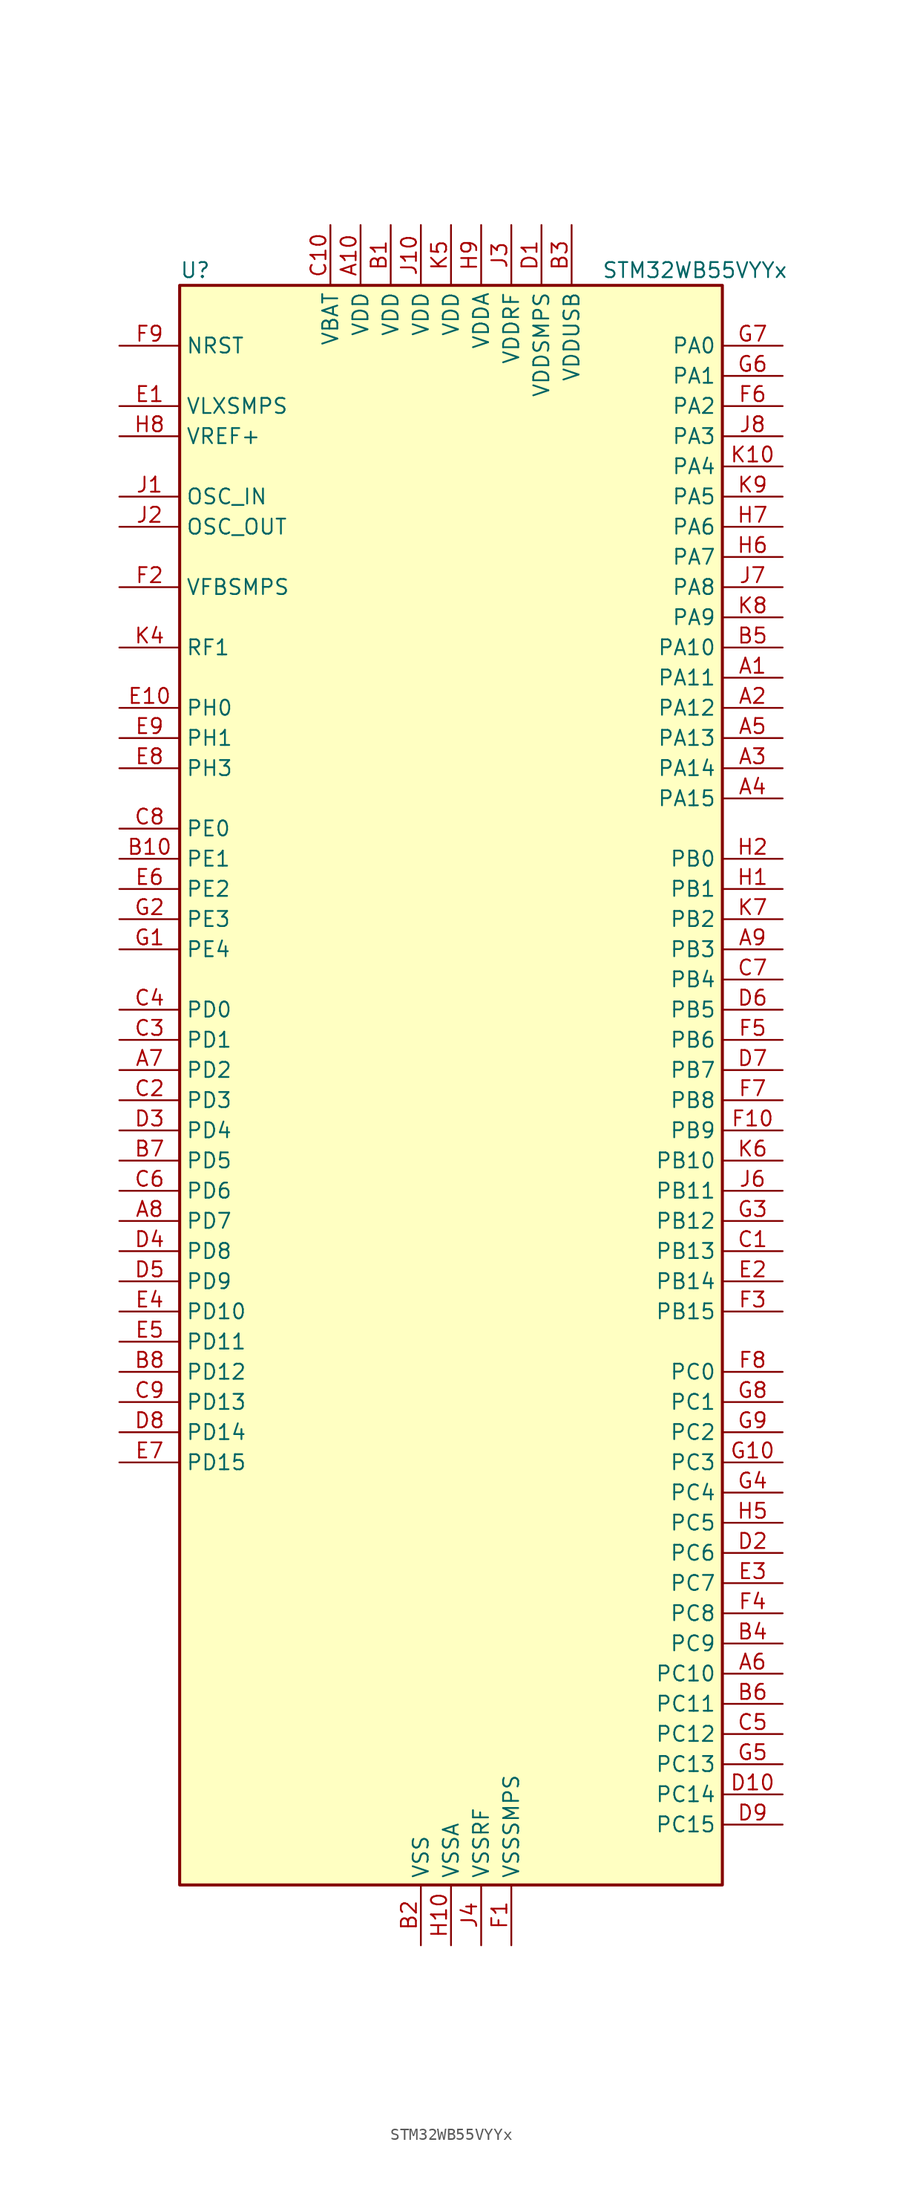
<source format=kicad_sym>
(kicad_symbol_lib
  (version 20231120)
  (generator "kicad-library-utils")
  (generator_version "8.0")
  (symbol "STM32WB55VYYx"
    (property "Reference" "U"
      (at -22.86 69.85 0)
      (effects (font (size 1.27 1.27)) (justify left)))
    (property "Value" "STM32WB55VYYx"
      (at 12.7 69.85 0)
      (effects (font (size 1.27 1.27)) (justify left)))
    (symbol "STM32WB55VYYx_0_1"
      (rectangle (start -22.86 -66.04) (end 22.86 68.58) (stroke (width 0.254) (type default)) (fill (type background))))
    (symbol "STM32WB55VYYx_1_1"
      (pin bidirectional line (at 27.94 35.56 180) (length 5.08) (name "PA11" (effects (font (size 1.27 1.27)))) (number "A1" (effects (font (size 1.27 1.27)))) (alternate "ADC1_EXTI11" bidirectional line) (alternate "SPI1_MISO" bidirectional line) (alternate "TIM1_BKIN2" bidirectional line) (alternate "TIM1_CH4" bidirectional line) (alternate "USART1_CTS" bidirectional line) (alternate "USART1_NSS" bidirectional line) (alternate "USB_DM" bidirectional line))
      (pin power_in line (at -7.62 73.66 270) (length 5.08) (name "VDD" (effects (font (size 1.27 1.27)))) (number "A10" (effects (font (size 1.27 1.27)))))
      (pin bidirectional line (at 27.94 33.02 180) (length 5.08) (name "PA12" (effects (font (size 1.27 1.27)))) (number "A2" (effects (font (size 1.27 1.27)))) (alternate "LPUART1_RX" bidirectional line) (alternate "SPI1_MOSI" bidirectional line) (alternate "TIM1_ETR" bidirectional line) (alternate "USART1_DE" bidirectional line) (alternate "USART1_RTS" bidirectional line) (alternate "USB_DP" bidirectional line))
      (pin bidirectional line (at 27.94 27.94 180) (length 5.08) (name "PA14" (effects (font (size 1.27 1.27)))) (number "A3" (effects (font (size 1.27 1.27)))) (alternate "I2C1_SMBA" bidirectional line) (alternate "LCD_SEG5" bidirectional line) (alternate "LPTIM1_OUT" bidirectional line) (alternate "SAI1_FS_B" bidirectional line) (alternate "SYS_JTCK-SWCLK" bidirectional line))
      (pin bidirectional line (at 27.94 25.4 180) (length 5.08) (name "PA15" (effects (font (size 1.27 1.27)))) (number "A4" (effects (font (size 1.27 1.27)))) (alternate "ADC1_EXTI15" bidirectional line) (alternate "LCD_SEG17" bidirectional line) (alternate "RCC_MCO" bidirectional line) (alternate "SPI1_NSS" bidirectional line) (alternate "SYS_JTDI" bidirectional line) (alternate "TIM2_CH1" bidirectional line) (alternate "TIM2_ETR" bidirectional line) (alternate "TSC_G3_IO1" bidirectional line))
      (pin bidirectional line (at 27.94 30.48 180) (length 5.08) (name "PA13" (effects (font (size 1.27 1.27)))) (number "A5" (effects (font (size 1.27 1.27)))) (alternate "IR_OUT" bidirectional line) (alternate "SAI1_SD_B" bidirectional line) (alternate "SYS_JTMS-SWDIO" bidirectional line) (alternate "USB_NOE" bidirectional line))
      (pin bidirectional line (at 27.94 -48.26 180) (length 5.08) (name "PC10" (effects (font (size 1.27 1.27)))) (number "A6" (effects (font (size 1.27 1.27)))) (alternate "LCD_COM4" bidirectional line) (alternate "LCD_SEG28" bidirectional line) (alternate "LCD_SEG40" bidirectional line) (alternate "SYS_TRACED1" bidirectional line) (alternate "TSC_G3_IO2" bidirectional line))
      (pin bidirectional line (at -27.94 2.54 0) (length 5.08) (name "PD2" (effects (font (size 1.27 1.27)))) (number "A7" (effects (font (size 1.27 1.27)))) (alternate "LCD_COM7" bidirectional line) (alternate "LCD_SEG31" bidirectional line) (alternate "LCD_SEG43" bidirectional line) (alternate "SYS_TRACED2" bidirectional line) (alternate "TSC_SYNC" bidirectional line))
      (pin bidirectional line (at -27.94 -10.16 0) (length 5.08) (name "PD7" (effects (font (size 1.27 1.27)))) (number "A8" (effects (font (size 1.27 1.27)))) (alternate "LCD_SEG39" bidirectional line) (alternate "QUADSPI_BK1_IO3" bidirectional line) (alternate "TSC_G5_IO4" bidirectional line))
      (pin bidirectional line (at 27.94 12.7 180) (length 5.08) (name "PB3" (effects (font (size 1.27 1.27)))) (number "A9" (effects (font (size 1.27 1.27)))) (alternate "COMP2_INM" bidirectional line) (alternate "LCD_SEG7" bidirectional line) (alternate "SAI1_SCK_B" bidirectional line) (alternate "SPI1_SCK" bidirectional line) (alternate "SYS_JTDO-SWO" bidirectional line) (alternate "TIM2_CH2" bidirectional line) (alternate "USART1_DE" bidirectional line) (alternate "USART1_RTS" bidirectional line))
      (pin power_in line (at -5.08 73.66 270) (length 5.08) (name "VDD" (effects (font (size 1.27 1.27)))) (number "B1" (effects (font (size 1.27 1.27)))))
      (pin bidirectional line (at -27.94 20.32 0) (length 5.08) (name "PE1" (effects (font (size 1.27 1.27)))) (number "B10" (effects (font (size 1.27 1.27)))) (alternate "LCD_SEG37" bidirectional line) (alternate "TIM17_CH1" bidirectional line) (alternate "TSC_G7_IO2" bidirectional line))
      (pin power_in line (at -2.54 -71.12 90) (length 5.08) (name "VSS" (effects (font (size 1.27 1.27)))) (number "B2" (effects (font (size 1.27 1.27)))))
      (pin power_in line (at 10.16 73.66 270) (length 5.08) (name "VDDUSB" (effects (font (size 1.27 1.27)))) (number "B3" (effects (font (size 1.27 1.27)))))
      (pin bidirectional line (at 27.94 -45.72 180) (length 5.08) (name "PC9" (effects (font (size 1.27 1.27)))) (number "B4" (effects (font (size 1.27 1.27)))) (alternate "LCD_SEG27" bidirectional line) (alternate "SAI1_SCK_B" bidirectional line) (alternate "TIM1_BKIN" bidirectional line) (alternate "TSC_G4_IO4" bidirectional line) (alternate "USB_NOE" bidirectional line))
      (pin bidirectional line (at 27.94 38.1 180) (length 5.08) (name "PA10" (effects (font (size 1.27 1.27)))) (number "B5" (effects (font (size 1.27 1.27)))) (alternate "CRS_SYNC" bidirectional line) (alternate "I2C1_SDA" bidirectional line) (alternate "LCD_COM2" bidirectional line) (alternate "SAI1_D1" bidirectional line) (alternate "SAI1_SD_A" bidirectional line) (alternate "TIM17_BKIN" bidirectional line) (alternate "TIM1_CH3" bidirectional line) (alternate "USART1_RX" bidirectional line))
      (pin bidirectional line (at 27.94 -50.8 180) (length 5.08) (name "PC11" (effects (font (size 1.27 1.27)))) (number "B6" (effects (font (size 1.27 1.27)))) (alternate "ADC1_EXTI11" bidirectional line) (alternate "LCD_COM5" bidirectional line) (alternate "LCD_SEG29" bidirectional line) (alternate "LCD_SEG41" bidirectional line) (alternate "TSC_G3_IO3" bidirectional line))
      (pin bidirectional line (at -27.94 -5.08 0) (length 5.08) (name "PD5" (effects (font (size 1.27 1.27)))) (number "B7" (effects (font (size 1.27 1.27)))) (alternate "QUADSPI_BK1_IO1" bidirectional line) (alternate "SAI1_MCLK_B" bidirectional line) (alternate "TSC_G5_IO2" bidirectional line))
      (pin bidirectional line (at -27.94 -22.86 0) (length 5.08) (name "PD12" (effects (font (size 1.27 1.27)))) (number "B8" (effects (font (size 1.27 1.27)))) (alternate "LCD_SEG32" bidirectional line) (alternate "LPTIM2_IN1" bidirectional line) (alternate "TSC_G6_IO3" bidirectional line))
      (pin passive line (at -2.54 -71.12 90) (length 5.08) hide (name "VSS" (effects (font (size 1.27 1.27)))) (number "B9" (effects (font (size 1.27 1.27)))))
      (pin bidirectional line (at 27.94 -12.7 180) (length 5.08) (name "PB13" (effects (font (size 1.27 1.27)))) (number "C1" (effects (font (size 1.27 1.27)))) (alternate "I2C3_SCL" bidirectional line) (alternate "LCD_SEG13" bidirectional line) (alternate "LPUART1_CTS" bidirectional line) (alternate "SAI1_SCK_A" bidirectional line) (alternate "SPI2_SCK" bidirectional line) (alternate "TIM1_CH1N" bidirectional line) (alternate "TSC_G1_IO2" bidirectional line))
      (pin power_in line (at -10.16 73.66 270) (length 5.08) (name "VBAT" (effects (font (size 1.27 1.27)))) (number "C10" (effects (font (size 1.27 1.27)))))
      (pin bidirectional line (at -27.94 0 0) (length 5.08) (name "PD3" (effects (font (size 1.27 1.27)))) (number "C2" (effects (font (size 1.27 1.27)))) (alternate "QUADSPI_BK1_NCS" bidirectional line) (alternate "SPI2_MISO" bidirectional line) (alternate "SPI2_SCK" bidirectional line))
      (pin bidirectional line (at -27.94 5.08 0) (length 5.08) (name "PD1" (effects (font (size 1.27 1.27)))) (number "C3" (effects (font (size 1.27 1.27)))) (alternate "SPI2_SCK" bidirectional line))
      (pin bidirectional line (at -27.94 7.62 0) (length 5.08) (name "PD0" (effects (font (size 1.27 1.27)))) (number "C4" (effects (font (size 1.27 1.27)))) (alternate "SPI2_NSS" bidirectional line))
      (pin bidirectional line (at 27.94 -53.34 180) (length 5.08) (name "PC12" (effects (font (size 1.27 1.27)))) (number "C5" (effects (font (size 1.27 1.27)))) (alternate "LCD_COM6" bidirectional line) (alternate "LCD_SEG30" bidirectional line) (alternate "LCD_SEG42" bidirectional line) (alternate "RCC_LSCO" bidirectional line) (alternate "RTC_TAMP3" bidirectional line) (alternate "SYS_TRACED3" bidirectional line) (alternate "SYS_WKUP3" bidirectional line) (alternate "TSC_G3_IO4" bidirectional line))
      (pin bidirectional line (at -27.94 -7.62 0) (length 5.08) (name "PD6" (effects (font (size 1.27 1.27)))) (number "C6" (effects (font (size 1.27 1.27)))) (alternate "QUADSPI_BK1_IO2" bidirectional line) (alternate "SAI1_D1" bidirectional line) (alternate "SAI1_SD_A" bidirectional line) (alternate "TSC_G5_IO3" bidirectional line))
      (pin bidirectional line (at 27.94 10.16 180) (length 5.08) (name "PB4" (effects (font (size 1.27 1.27)))) (number "C7" (effects (font (size 1.27 1.27)))) (alternate "COMP2_INP" bidirectional line) (alternate "I2C3_SDA" bidirectional line) (alternate "LCD_SEG8" bidirectional line) (alternate "SAI1_MCLK_B" bidirectional line) (alternate "SPI1_MISO" bidirectional line) (alternate "SYS_JTRST" bidirectional line) (alternate "TIM17_BKIN" bidirectional line) (alternate "TSC_G2_IO1" bidirectional line) (alternate "USART1_CTS" bidirectional line) (alternate "USART1_NSS" bidirectional line))
      (pin bidirectional line (at -27.94 22.86 0) (length 5.08) (name "PE0" (effects (font (size 1.27 1.27)))) (number "C8" (effects (font (size 1.27 1.27)))) (alternate "LCD_SEG36" bidirectional line) (alternate "TIM16_CH1" bidirectional line) (alternate "TIM1_ETR" bidirectional line) (alternate "TSC_G7_IO3" bidirectional line))
      (pin bidirectional line (at -27.94 -25.4 0) (length 5.08) (name "PD13" (effects (font (size 1.27 1.27)))) (number "C9" (effects (font (size 1.27 1.27)))) (alternate "LCD_SEG33" bidirectional line) (alternate "LPTIM2_OUT" bidirectional line) (alternate "TSC_G6_IO4" bidirectional line))
      (pin power_in line (at 7.62 73.66 270) (length 5.08) (name "VDDSMPS" (effects (font (size 1.27 1.27)))) (number "D1" (effects (font (size 1.27 1.27)))))
      (pin bidirectional line (at 27.94 -58.42 180) (length 5.08) (name "PC14" (effects (font (size 1.27 1.27)))) (number "D10" (effects (font (size 1.27 1.27)))) (alternate "RCC_OSC32_IN" bidirectional line))
      (pin bidirectional line (at 27.94 -38.1 180) (length 5.08) (name "PC6" (effects (font (size 1.27 1.27)))) (number "D2" (effects (font (size 1.27 1.27)))) (alternate "LCD_SEG24" bidirectional line) (alternate "TSC_G4_IO1" bidirectional line))
      (pin bidirectional line (at -27.94 -2.54 0) (length 5.08) (name "PD4" (effects (font (size 1.27 1.27)))) (number "D3" (effects (font (size 1.27 1.27)))) (alternate "QUADSPI_BK1_IO0" bidirectional line) (alternate "SPI2_MOSI" bidirectional line) (alternate "TSC_G5_IO1" bidirectional line))
      (pin bidirectional line (at -27.94 -12.7 0) (length 5.08) (name "PD8" (effects (font (size 1.27 1.27)))) (number "D4" (effects (font (size 1.27 1.27)))) (alternate "LCD_SEG28" bidirectional line) (alternate "TIM1_BKIN2" bidirectional line))
      (pin bidirectional line (at -27.94 -15.24 0) (length 5.08) (name "PD9" (effects (font (size 1.27 1.27)))) (number "D5" (effects (font (size 1.27 1.27)))) (alternate "LCD_SEG29" bidirectional line) (alternate "SYS_TRACED0" bidirectional line))
      (pin bidirectional line (at 27.94 7.62 180) (length 5.08) (name "PB5" (effects (font (size 1.27 1.27)))) (number "D6" (effects (font (size 1.27 1.27)))) (alternate "COMP2_OUT" bidirectional line) (alternate "I2C1_SMBA" bidirectional line) (alternate "LCD_SEG9" bidirectional line) (alternate "LPTIM1_IN1" bidirectional line) (alternate "LPUART1_TX" bidirectional line) (alternate "SAI1_SD_B" bidirectional line) (alternate "SPI1_MOSI" bidirectional line) (alternate "TIM16_BKIN" bidirectional line) (alternate "TSC_G2_IO2" bidirectional line) (alternate "USART1_CK" bidirectional line))
      (pin bidirectional line (at 27.94 2.54 180) (length 5.08) (name "PB7" (effects (font (size 1.27 1.27)))) (number "D7" (effects (font (size 1.27 1.27)))) (alternate "COMP2_INM" bidirectional line) (alternate "I2C1_SDA" bidirectional line) (alternate "LCD_SEG21" bidirectional line) (alternate "LPTIM1_IN2" bidirectional line) (alternate "SYS_PVD_IN" bidirectional line) (alternate "TIM17_CH1N" bidirectional line) (alternate "TIM1_BKIN" bidirectional line) (alternate "TSC_G2_IO4" bidirectional line) (alternate "USART1_RX" bidirectional line))
      (pin bidirectional line (at -27.94 -27.94 0) (length 5.08) (name "PD14" (effects (font (size 1.27 1.27)))) (number "D8" (effects (font (size 1.27 1.27)))) (alternate "LCD_SEG34" bidirectional line) (alternate "TIM1_CH1" bidirectional line))
      (pin bidirectional line (at 27.94 -60.96 180) (length 5.08) (name "PC15" (effects (font (size 1.27 1.27)))) (number "D9" (effects (font (size 1.27 1.27)))) (alternate "ADC1_EXTI15" bidirectional line) (alternate "RCC_OSC32_OUT" bidirectional line))
      (pin power_in line (at -27.94 58.42 0) (length 5.08) (name "VLXSMPS" (effects (font (size 1.27 1.27)))) (number "E1" (effects (font (size 1.27 1.27)))))
      (pin bidirectional line (at -27.94 33.02 0) (length 5.08) (name "PH0" (effects (font (size 1.27 1.27)))) (number "E10" (effects (font (size 1.27 1.27)))))
      (pin bidirectional line (at 27.94 -15.24 180) (length 5.08) (name "PB14" (effects (font (size 1.27 1.27)))) (number "E2" (effects (font (size 1.27 1.27)))) (alternate "I2C3_SDA" bidirectional line) (alternate "LCD_SEG14" bidirectional line) (alternate "SAI1_MCLK_A" bidirectional line) (alternate "SPI2_MISO" bidirectional line) (alternate "TIM1_CH2N" bidirectional line) (alternate "TSC_G1_IO3" bidirectional line))
      (pin bidirectional line (at 27.94 -40.64 180) (length 5.08) (name "PC7" (effects (font (size 1.27 1.27)))) (number "E3" (effects (font (size 1.27 1.27)))) (alternate "LCD_SEG25" bidirectional line) (alternate "TSC_G4_IO2" bidirectional line))
      (pin bidirectional line (at -27.94 -17.78 0) (length 5.08) (name "PD10" (effects (font (size 1.27 1.27)))) (number "E4" (effects (font (size 1.27 1.27)))) (alternate "LCD_SEG30" bidirectional line) (alternate "SYS_TRIG_INOUT" bidirectional line) (alternate "TSC_G6_IO1" bidirectional line))
      (pin bidirectional line (at -27.94 -20.32 0) (length 5.08) (name "PD11" (effects (font (size 1.27 1.27)))) (number "E5" (effects (font (size 1.27 1.27)))) (alternate "ADC1_EXTI11" bidirectional line) (alternate "LCD_SEG31" bidirectional line) (alternate "LPTIM2_ETR" bidirectional line) (alternate "TSC_G6_IO2" bidirectional line))
      (pin bidirectional line (at -27.94 17.78 0) (length 5.08) (name "PE2" (effects (font (size 1.27 1.27)))) (number "E6" (effects (font (size 1.27 1.27)))) (alternate "LCD_SEG38" bidirectional line) (alternate "SAI1_CK1" bidirectional line) (alternate "SAI1_MCLK_A" bidirectional line) (alternate "SYS_TRACECLK" bidirectional line) (alternate "TSC_G7_IO1" bidirectional line))
      (pin bidirectional line (at -27.94 -30.48 0) (length 5.08) (name "PD15" (effects (font (size 1.27 1.27)))) (number "E7" (effects (font (size 1.27 1.27)))) (alternate "ADC1_EXTI15" bidirectional line) (alternate "LCD_SEG35" bidirectional line) (alternate "TIM1_CH2" bidirectional line))
      (pin bidirectional line (at -27.94 27.94 0) (length 5.08) (name "PH3" (effects (font (size 1.27 1.27)))) (number "E8" (effects (font (size 1.27 1.27)))) (alternate "RCC_LSCO" bidirectional line))
      (pin bidirectional line (at -27.94 30.48 0) (length 5.08) (name "PH1" (effects (font (size 1.27 1.27)))) (number "E9" (effects (font (size 1.27 1.27)))))
      (pin power_in line (at 5.08 -71.12 90) (length 5.08) (name "VSSSMPS" (effects (font (size 1.27 1.27)))) (number "F1" (effects (font (size 1.27 1.27)))))
      (pin bidirectional line (at 27.94 -2.54 180) (length 5.08) (name "PB9" (effects (font (size 1.27 1.27)))) (number "F10" (effects (font (size 1.27 1.27)))) (alternate "I2C1_SDA" bidirectional line) (alternate "IR_OUT" bidirectional line) (alternate "LCD_COM3" bidirectional line) (alternate "QUADSPI_BK1_IO0" bidirectional line) (alternate "SAI1_D2" bidirectional line) (alternate "SAI1_FS_A" bidirectional line) (alternate "SPI2_NSS" bidirectional line) (alternate "TIM17_CH1" bidirectional line) (alternate "TIM1_CH3N" bidirectional line) (alternate "TSC_G7_IO4" bidirectional line))
      (pin input line (at -27.94 43.18 0) (length 5.08) (name "VFBSMPS" (effects (font (size 1.27 1.27)))) (number "F2" (effects (font (size 1.27 1.27)))))
      (pin bidirectional line (at 27.94 -17.78 180) (length 5.08) (name "PB15" (effects (font (size 1.27 1.27)))) (number "F3" (effects (font (size 1.27 1.27)))) (alternate "ADC1_EXTI15" bidirectional line) (alternate "LCD_SEG15" bidirectional line) (alternate "RTC_REFIN" bidirectional line) (alternate "SAI1_SD_A" bidirectional line) (alternate "SPI2_MOSI" bidirectional line) (alternate "TIM1_CH3N" bidirectional line) (alternate "TSC_G1_IO4" bidirectional line))
      (pin bidirectional line (at 27.94 -43.18 180) (length 5.08) (name "PC8" (effects (font (size 1.27 1.27)))) (number "F4" (effects (font (size 1.27 1.27)))) (alternate "LCD_SEG26" bidirectional line) (alternate "TSC_G4_IO3" bidirectional line))
      (pin bidirectional line (at 27.94 5.08 180) (length 5.08) (name "PB6" (effects (font (size 1.27 1.27)))) (number "F5" (effects (font (size 1.27 1.27)))) (alternate "COMP2_INP" bidirectional line) (alternate "I2C1_SCL" bidirectional line) (alternate "LCD_SEG6" bidirectional line) (alternate "LPTIM1_ETR" bidirectional line) (alternate "RCC_MCO" bidirectional line) (alternate "SAI1_FS_B" bidirectional line) (alternate "TIM16_CH1N" bidirectional line) (alternate "TSC_G2_IO3" bidirectional line) (alternate "USART1_TX" bidirectional line))
      (pin bidirectional line (at 27.94 58.42 180) (length 5.08) (name "PA2" (effects (font (size 1.27 1.27)))) (number "F6" (effects (font (size 1.27 1.27)))) (alternate "ADC1_IN7" bidirectional line) (alternate "COMP2_INM" bidirectional line) (alternate "COMP2_OUT" bidirectional line) (alternate "LCD_SEG1" bidirectional line) (alternate "LPUART1_TX" bidirectional line) (alternate "QUADSPI_BK1_NCS" bidirectional line) (alternate "RCC_LSCO" bidirectional line) (alternate "SYS_WKUP4" bidirectional line) (alternate "TIM2_CH3" bidirectional line))
      (pin bidirectional line (at 27.94 0 180) (length 5.08) (name "PB8" (effects (font (size 1.27 1.27)))) (number "F7" (effects (font (size 1.27 1.27)))) (alternate "I2C1_SCL" bidirectional line) (alternate "LCD_SEG16" bidirectional line) (alternate "QUADSPI_BK1_IO1" bidirectional line) (alternate "SAI1_CK1" bidirectional line) (alternate "SAI1_MCLK_A" bidirectional line) (alternate "TIM16_CH1" bidirectional line) (alternate "TIM1_CH2N" bidirectional line))
      (pin bidirectional line (at 27.94 -22.86 180) (length 5.08) (name "PC0" (effects (font (size 1.27 1.27)))) (number "F8" (effects (font (size 1.27 1.27)))) (alternate "ADC1_IN1" bidirectional line) (alternate "I2C3_SCL" bidirectional line) (alternate "LCD_SEG18" bidirectional line) (alternate "LPTIM1_IN1" bidirectional line) (alternate "LPTIM2_IN1" bidirectional line) (alternate "LPUART1_RX" bidirectional line))
      (pin input line (at -27.94 63.5 0) (length 5.08) (name "NRST" (effects (font (size 1.27 1.27)))) (number "F9" (effects (font (size 1.27 1.27)))))
      (pin bidirectional line (at -27.94 12.7 0) (length 5.08) (name "PE4" (effects (font (size 1.27 1.27)))) (number "G1" (effects (font (size 1.27 1.27)))))
      (pin bidirectional line (at 27.94 -30.48 180) (length 5.08) (name "PC3" (effects (font (size 1.27 1.27)))) (number "G10" (effects (font (size 1.27 1.27)))) (alternate "ADC1_IN4" bidirectional line) (alternate "LCD_VLCD" bidirectional line) (alternate "LPTIM1_ETR" bidirectional line) (alternate "LPTIM2_ETR" bidirectional line) (alternate "SAI1_D1" bidirectional line) (alternate "SAI1_SD_A" bidirectional line) (alternate "SPI2_MOSI" bidirectional line))
      (pin bidirectional line (at -27.94 15.24 0) (length 5.08) (name "PE3" (effects (font (size 1.27 1.27)))) (number "G2" (effects (font (size 1.27 1.27)))))
      (pin bidirectional line (at 27.94 -10.16 180) (length 5.08) (name "PB12" (effects (font (size 1.27 1.27)))) (number "G3" (effects (font (size 1.27 1.27)))) (alternate "I2C3_SMBA" bidirectional line) (alternate "LCD_SEG12" bidirectional line) (alternate "LPUART1_DE" bidirectional line) (alternate "LPUART1_RTS" bidirectional line) (alternate "SAI1_FS_A" bidirectional line) (alternate "SPI2_NSS" bidirectional line) (alternate "TIM1_BKIN" bidirectional line) (alternate "TSC_G1_IO1" bidirectional line))
      (pin bidirectional line (at 27.94 -33.02 180) (length 5.08) (name "PC4" (effects (font (size 1.27 1.27)))) (number "G4" (effects (font (size 1.27 1.27)))) (alternate "ADC1_IN13" bidirectional line) (alternate "COMP1_INM" bidirectional line) (alternate "LCD_SEG22" bidirectional line))
      (pin bidirectional line (at 27.94 -55.88 180) (length 5.08) (name "PC13" (effects (font (size 1.27 1.27)))) (number "G5" (effects (font (size 1.27 1.27)))) (alternate "RTC_OUT1" bidirectional line) (alternate "RTC_TAMP1" bidirectional line) (alternate "RTC_TS" bidirectional line) (alternate "SYS_WKUP2" bidirectional line))
      (pin bidirectional line (at 27.94 60.96 180) (length 5.08) (name "PA1" (effects (font (size 1.27 1.27)))) (number "G6" (effects (font (size 1.27 1.27)))) (alternate "ADC1_IN6" bidirectional line) (alternate "COMP1_INP" bidirectional line) (alternate "I2C1_SMBA" bidirectional line) (alternate "LCD_SEG0" bidirectional line) (alternate "SPI1_SCK" bidirectional line) (alternate "TIM2_CH2" bidirectional line))
      (pin bidirectional line (at 27.94 63.5 180) (length 5.08) (name "PA0" (effects (font (size 1.27 1.27)))) (number "G7" (effects (font (size 1.27 1.27)))) (alternate "ADC1_IN5" bidirectional line) (alternate "COMP1_INM" bidirectional line) (alternate "COMP1_OUT" bidirectional line) (alternate "RTC_TAMP2" bidirectional line) (alternate "SAI1_EXTCLK" bidirectional line) (alternate "SYS_WKUP1" bidirectional line) (alternate "TIM2_CH1" bidirectional line) (alternate "TIM2_ETR" bidirectional line))
      (pin bidirectional line (at 27.94 -25.4 180) (length 5.08) (name "PC1" (effects (font (size 1.27 1.27)))) (number "G8" (effects (font (size 1.27 1.27)))) (alternate "ADC1_IN2" bidirectional line) (alternate "I2C3_SDA" bidirectional line) (alternate "LCD_SEG19" bidirectional line) (alternate "LPTIM1_OUT" bidirectional line) (alternate "LPUART1_TX" bidirectional line) (alternate "SPI2_MOSI" bidirectional line))
      (pin bidirectional line (at 27.94 -27.94 180) (length 5.08) (name "PC2" (effects (font (size 1.27 1.27)))) (number "G9" (effects (font (size 1.27 1.27)))) (alternate "ADC1_IN3" bidirectional line) (alternate "LCD_SEG20" bidirectional line) (alternate "LPTIM1_IN2" bidirectional line) (alternate "SPI2_MISO" bidirectional line))
      (pin bidirectional line (at 27.94 17.78 180) (length 5.08) (name "PB1" (effects (font (size 1.27 1.27)))) (number "H1" (effects (font (size 1.27 1.27)))) (alternate "LPTIM2_IN1" bidirectional line) (alternate "LPUART1_DE" bidirectional line) (alternate "LPUART1_RTS" bidirectional line))
      (pin power_in line (at 0 -71.12 90) (length 5.08) (name "VSSA" (effects (font (size 1.27 1.27)))) (number "H10" (effects (font (size 1.27 1.27)))))
      (pin bidirectional line (at 27.94 20.32 180) (length 5.08) (name "PB0" (effects (font (size 1.27 1.27)))) (number "H2" (effects (font (size 1.27 1.27)))) (alternate "COMP1_OUT" bidirectional line) (alternate "RF_TX_MOD_EXT_PA" bidirectional line))
      (pin no_connect line (at -22.86 -66.04 0) (length 5.08) hide (name "AT0" (effects (font (size 1.27 1.27)))) (number "H3" (effects (font (size 1.27 1.27)))))
      (pin no_connect line (at -22.86 -63.5 0) (length 5.08) hide (name "AT1" (effects (font (size 1.27 1.27)))) (number "H4" (effects (font (size 1.27 1.27)))))
      (pin bidirectional line (at 27.94 -35.56 180) (length 5.08) (name "PC5" (effects (font (size 1.27 1.27)))) (number "H5" (effects (font (size 1.27 1.27)))) (alternate "ADC1_IN14" bidirectional line) (alternate "COMP1_INP" bidirectional line) (alternate "LCD_SEG23" bidirectional line) (alternate "SAI1_D3" bidirectional line) (alternate "SYS_WKUP5" bidirectional line))
      (pin bidirectional line (at 27.94 45.72 180) (length 5.08) (name "PA7" (effects (font (size 1.27 1.27)))) (number "H6" (effects (font (size 1.27 1.27)))) (alternate "ADC1_IN12" bidirectional line) (alternate "COMP2_OUT" bidirectional line) (alternate "I2C3_SCL" bidirectional line) (alternate "LCD_SEG4" bidirectional line) (alternate "QUADSPI_BK1_IO2" bidirectional line) (alternate "SPI1_MOSI" bidirectional line) (alternate "TIM17_CH1" bidirectional line) (alternate "TIM1_CH1N" bidirectional line))
      (pin bidirectional line (at 27.94 48.26 180) (length 5.08) (name "PA6" (effects (font (size 1.27 1.27)))) (number "H7" (effects (font (size 1.27 1.27)))) (alternate "ADC1_IN11" bidirectional line) (alternate "LCD_SEG3" bidirectional line) (alternate "LPUART1_CTS" bidirectional line) (alternate "QUADSPI_BK1_IO3" bidirectional line) (alternate "SPI1_MISO" bidirectional line) (alternate "TIM16_CH1" bidirectional line) (alternate "TIM1_BKIN" bidirectional line))
      (pin input line (at -27.94 55.88 0) (length 5.08) (name "VREF+" (effects (font (size 1.27 1.27)))) (number "H8" (effects (font (size 1.27 1.27)))) (alternate "VREFBUF_OUT" bidirectional line))
      (pin power_in line (at 2.54 73.66 270) (length 5.08) (name "VDDA" (effects (font (size 1.27 1.27)))) (number "H9" (effects (font (size 1.27 1.27)))))
      (pin input line (at -27.94 50.8 0) (length 5.08) (name "OSC_IN" (effects (font (size 1.27 1.27)))) (number "J1" (effects (font (size 1.27 1.27)))) (alternate "RCC_OSC_IN" bidirectional line))
      (pin power_in line (at -2.54 73.66 270) (length 5.08) (name "VDD" (effects (font (size 1.27 1.27)))) (number "J10" (effects (font (size 1.27 1.27)))))
      (pin input line (at -27.94 48.26 0) (length 5.08) (name "OSC_OUT" (effects (font (size 1.27 1.27)))) (number "J2" (effects (font (size 1.27 1.27)))) (alternate "RCC_OSC_OUT" bidirectional line))
      (pin power_in line (at 5.08 73.66 270) (length 5.08) (name "VDDRF" (effects (font (size 1.27 1.27)))) (number "J3" (effects (font (size 1.27 1.27)))))
      (pin power_in line (at 2.54 -71.12 90) (length 5.08) (name "VSSRF" (effects (font (size 1.27 1.27)))) (number "J4" (effects (font (size 1.27 1.27)))))
      (pin passive line (at -2.54 -71.12 90) (length 5.08) hide (name "VSS" (effects (font (size 1.27 1.27)))) (number "J5" (effects (font (size 1.27 1.27)))))
      (pin bidirectional line (at 27.94 -7.62 180) (length 5.08) (name "PB11" (effects (font (size 1.27 1.27)))) (number "J6" (effects (font (size 1.27 1.27)))) (alternate "ADC1_EXTI11" bidirectional line) (alternate "COMP2_OUT" bidirectional line) (alternate "I2C3_SDA" bidirectional line) (alternate "LCD_SEG11" bidirectional line) (alternate "LPUART1_TX" bidirectional line) (alternate "QUADSPI_BK1_NCS" bidirectional line) (alternate "TIM2_CH4" bidirectional line))
      (pin bidirectional line (at 27.94 43.18 180) (length 5.08) (name "PA8" (effects (font (size 1.27 1.27)))) (number "J7" (effects (font (size 1.27 1.27)))) (alternate "ADC1_IN15" bidirectional line) (alternate "LCD_COM0" bidirectional line) (alternate "LPTIM2_OUT" bidirectional line) (alternate "RCC_MCO" bidirectional line) (alternate "SAI1_CK2" bidirectional line) (alternate "SAI1_SCK_A" bidirectional line) (alternate "TIM1_CH1" bidirectional line) (alternate "USART1_CK" bidirectional line))
      (pin bidirectional line (at 27.94 55.88 180) (length 5.08) (name "PA3" (effects (font (size 1.27 1.27)))) (number "J8" (effects (font (size 1.27 1.27)))) (alternate "ADC1_IN8" bidirectional line) (alternate "COMP2_INP" bidirectional line) (alternate "LCD_SEG2" bidirectional line) (alternate "LPUART1_RX" bidirectional line) (alternate "QUADSPI_CLK" bidirectional line) (alternate "SAI1_CK1" bidirectional line) (alternate "SAI1_MCLK_A" bidirectional line) (alternate "TIM2_CH4" bidirectional line))
      (pin passive line (at -2.54 -71.12 90) (length 5.08) hide (name "VSS" (effects (font (size 1.27 1.27)))) (number "J9" (effects (font (size 1.27 1.27)))))
      (pin passive line (at 2.54 -71.12 90) (length 5.08) hide (name "VSSRF" (effects (font (size 1.27 1.27)))) (number "K1" (effects (font (size 1.27 1.27)))))
      (pin bidirectional line (at 27.94 53.34 180) (length 5.08) (name "PA4" (effects (font (size 1.27 1.27)))) (number "K10" (effects (font (size 1.27 1.27)))) (alternate "ADC1_IN9" bidirectional line) (alternate "COMP1_INM" bidirectional line) (alternate "COMP2_INM" bidirectional line) (alternate "LCD_SEG5" bidirectional line) (alternate "LPTIM2_OUT" bidirectional line) (alternate "SAI1_FS_B" bidirectional line) (alternate "SPI1_NSS" bidirectional line))
      (pin passive line (at 2.54 -71.12 90) (length 5.08) hide (name "VSSRF" (effects (font (size 1.27 1.27)))) (number "K2" (effects (font (size 1.27 1.27)))))
      (pin passive line (at 2.54 -71.12 90) (length 5.08) hide (name "VSSRF" (effects (font (size 1.27 1.27)))) (number "K3" (effects (font (size 1.27 1.27)))))
      (pin bidirectional line (at -27.94 38.1 0) (length 5.08) (name "RF1" (effects (font (size 1.27 1.27)))) (number "K4" (effects (font (size 1.27 1.27)))) (alternate "RF_RF1" bidirectional line))
      (pin power_in line (at 0 73.66 270) (length 5.08) (name "VDD" (effects (font (size 1.27 1.27)))) (number "K5" (effects (font (size 1.27 1.27)))))
      (pin bidirectional line (at 27.94 -5.08 180) (length 5.08) (name "PB10" (effects (font (size 1.27 1.27)))) (number "K6" (effects (font (size 1.27 1.27)))) (alternate "COMP1_OUT" bidirectional line) (alternate "I2C3_SCL" bidirectional line) (alternate "LCD_SEG10" bidirectional line) (alternate "LPUART1_RX" bidirectional line) (alternate "QUADSPI_CLK" bidirectional line) (alternate "SAI1_SCK_A" bidirectional line) (alternate "SPI2_SCK" bidirectional line) (alternate "TIM2_CH3" bidirectional line) (alternate "TSC_SYNC" bidirectional line))
      (pin bidirectional line (at 27.94 15.24 180) (length 5.08) (name "PB2" (effects (font (size 1.27 1.27)))) (number "K7" (effects (font (size 1.27 1.27)))) (alternate "COMP1_INP" bidirectional line) (alternate "I2C3_SMBA" bidirectional line) (alternate "LCD_VLCD" bidirectional line) (alternate "LPTIM1_OUT" bidirectional line) (alternate "RTC_OUT2" bidirectional line) (alternate "SAI1_EXTCLK" bidirectional line) (alternate "SPI1_NSS" bidirectional line))
      (pin bidirectional line (at 27.94 40.64 180) (length 5.08) (name "PA9" (effects (font (size 1.27 1.27)))) (number "K8" (effects (font (size 1.27 1.27)))) (alternate "ADC1_IN16" bidirectional line) (alternate "COMP1_INM" bidirectional line) (alternate "I2C1_SCL" bidirectional line) (alternate "LCD_COM1" bidirectional line) (alternate "SAI1_D2" bidirectional line) (alternate "SAI1_FS_A" bidirectional line) (alternate "SPI2_SCK" bidirectional line) (alternate "TIM1_CH2" bidirectional line) (alternate "USART1_TX" bidirectional line))
      (pin bidirectional line (at 27.94 50.8 180) (length 5.08) (name "PA5" (effects (font (size 1.27 1.27)))) (number "K9" (effects (font (size 1.27 1.27)))) (alternate "ADC1_IN10" bidirectional line) (alternate "COMP1_INM" bidirectional line) (alternate "COMP2_INM" bidirectional line) (alternate "LPTIM2_ETR" bidirectional line) (alternate "SAI1_SD_B" bidirectional line) (alternate "SPI1_SCK" bidirectional line) (alternate "TIM2_CH1" bidirectional line) (alternate "TIM2_ETR" bidirectional line)))))
</source>
